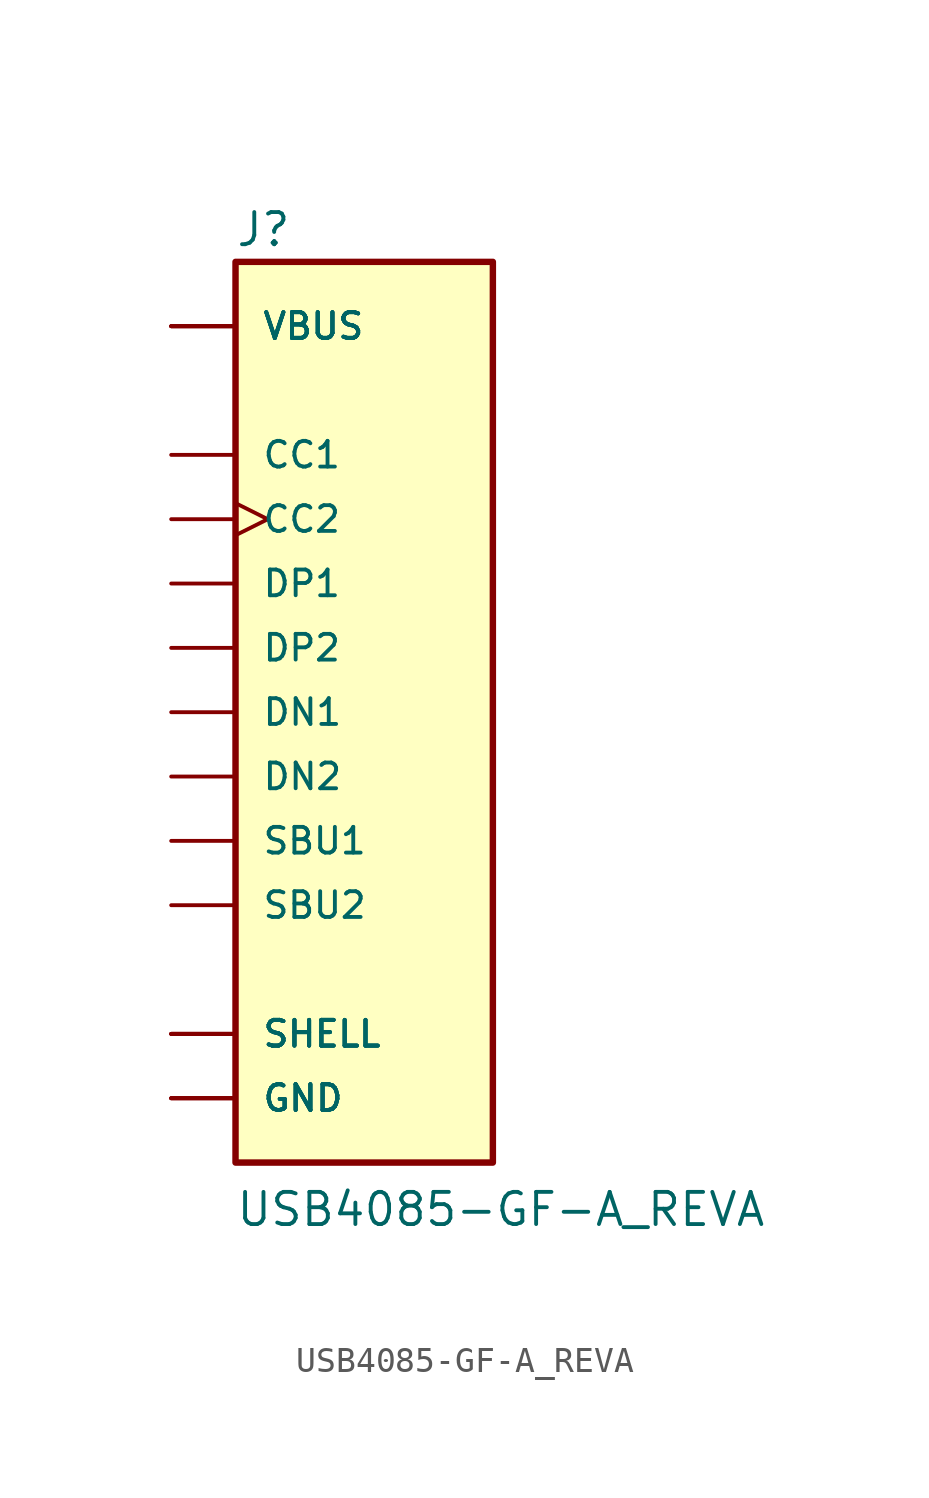
<source format=kicad_sym>
(kicad_symbol_lib
  (version 20201005)
  (generator kicad_symbol_editor)
  (symbol "USB4085-GF-A_REVA:USB4085-GF-A_REVA"
    (pin_numbers hide)
    (pin_names
      (offset 1.016))
    (property "Reference" "J"
      (at -5.105 18.313 0)
      (effects (font (size 1.27 1.27)) (justify left bottom)))
    (property "Value" "USB4085-GF-A_REVA"
      (at -5.105 -20.371 0)
      (effects (font (size 1.27 1.27)) (justify left bottom)))
    (symbol "USB4085-GF-A_REVA_0_0"
      (rectangle (start -5.08 -17.78) (end 5.08 17.78) (stroke (width 0.254)) (fill (type background)))
      (pin power_in line (at -7.62 15.24 0) (length 2.54) (name "VBUS" (effects (font (size 1.016 1.016)))) (number "A4" (effects (font (size 1.016 1.016)))))
      (pin power_in line (at -7.62 15.24 0) (length 2.54) (name "VBUS" (effects (font (size 1.016 1.016)))) (number "A9" (effects (font (size 1.016 1.016)))))
      (pin power_in line (at -7.62 15.24 0) (length 2.54) (name "VBUS" (effects (font (size 1.016 1.016)))) (number "B4" (effects (font (size 1.016 1.016)))))
      (pin power_in line (at -7.62 15.24 0) (length 2.54) (name "VBUS" (effects (font (size 1.016 1.016)))) (number "B9" (effects (font (size 1.016 1.016)))))
      (pin bidirectional line (at -7.62 10.16 0) (length 2.54) (name "CC1" (effects (font (size 1.016 1.016)))) (number "A5" (effects (font (size 1.016 1.016)))))
      (pin bidirectional clock (at -7.62 7.62 0) (length 2.54) (name "CC2" (effects (font (size 1.016 1.016)))) (number "B5" (effects (font (size 1.016 1.016)))))
      (pin bidirectional line (at -7.62 5.08 0) (length 2.54) (name "DP1" (effects (font (size 1.016 1.016)))) (number "A6" (effects (font (size 1.016 1.016)))))
      (pin bidirectional line (at -7.62 2.54 0) (length 2.54) (name "DP2" (effects (font (size 1.016 1.016)))) (number "B6" (effects (font (size 1.016 1.016)))))
      (pin bidirectional line (at -7.62 0 0) (length 2.54) (name "DN1" (effects (font (size 1.016 1.016)))) (number "A7" (effects (font (size 1.016 1.016)))))
      (pin bidirectional line (at -7.62 -2.54 0) (length 2.54) (name "DN2" (effects (font (size 1.016 1.016)))) (number "B7" (effects (font (size 1.016 1.016)))))
      (pin bidirectional line (at -7.62 -5.08 0) (length 2.54) (name "SBU1" (effects (font (size 1.016 1.016)))) (number "A8" (effects (font (size 1.016 1.016)))))
      (pin bidirectional line (at -7.62 -7.62 0) (length 2.54) (name "SBU2" (effects (font (size 1.016 1.016)))) (number "B8" (effects (font (size 1.016 1.016)))))
      (pin passive line (at -7.62 -15.24 0) (length 2.54) (name "GND" (effects (font (size 1.016 1.016)))) (number "A1" (effects (font (size 1.016 1.016)))))
      (pin passive line (at -7.62 -15.24 0) (length 2.54) (name "GND" (effects (font (size 1.016 1.016)))) (number "A12" (effects (font (size 1.016 1.016)))))
      (pin passive line (at -7.62 -15.24 0) (length 2.54) (name "GND" (effects (font (size 1.016 1.016)))) (number "B1" (effects (font (size 1.016 1.016)))))
      (pin passive line (at -7.62 -15.24 0) (length 2.54) (name "GND" (effects (font (size 1.016 1.016)))) (number "B12" (effects (font (size 1.016 1.016)))))
      (pin passive line (at -7.62 -12.7 0) (length 2.54) (name "SHELL" (effects (font (size 1.016 1.016)))) (number "P1" (effects (font (size 1.016 1.016)))))
      (pin passive line (at -7.62 -12.7 0) (length 2.54) (name "SHELL" (effects (font (size 1.016 1.016)))) (number "P2" (effects (font (size 1.016 1.016)))))
      (pin passive line (at -7.62 -12.7 0) (length 2.54) (name "SHELL" (effects (font (size 1.016 1.016)))) (number "P3" (effects (font (size 1.016 1.016)))))
      (pin passive line (at -7.62 -12.7 0) (length 2.54) (name "SHELL" (effects (font (size 1.016 1.016)))) (number "P4" (effects (font (size 1.016 1.016))))))))
</source>
